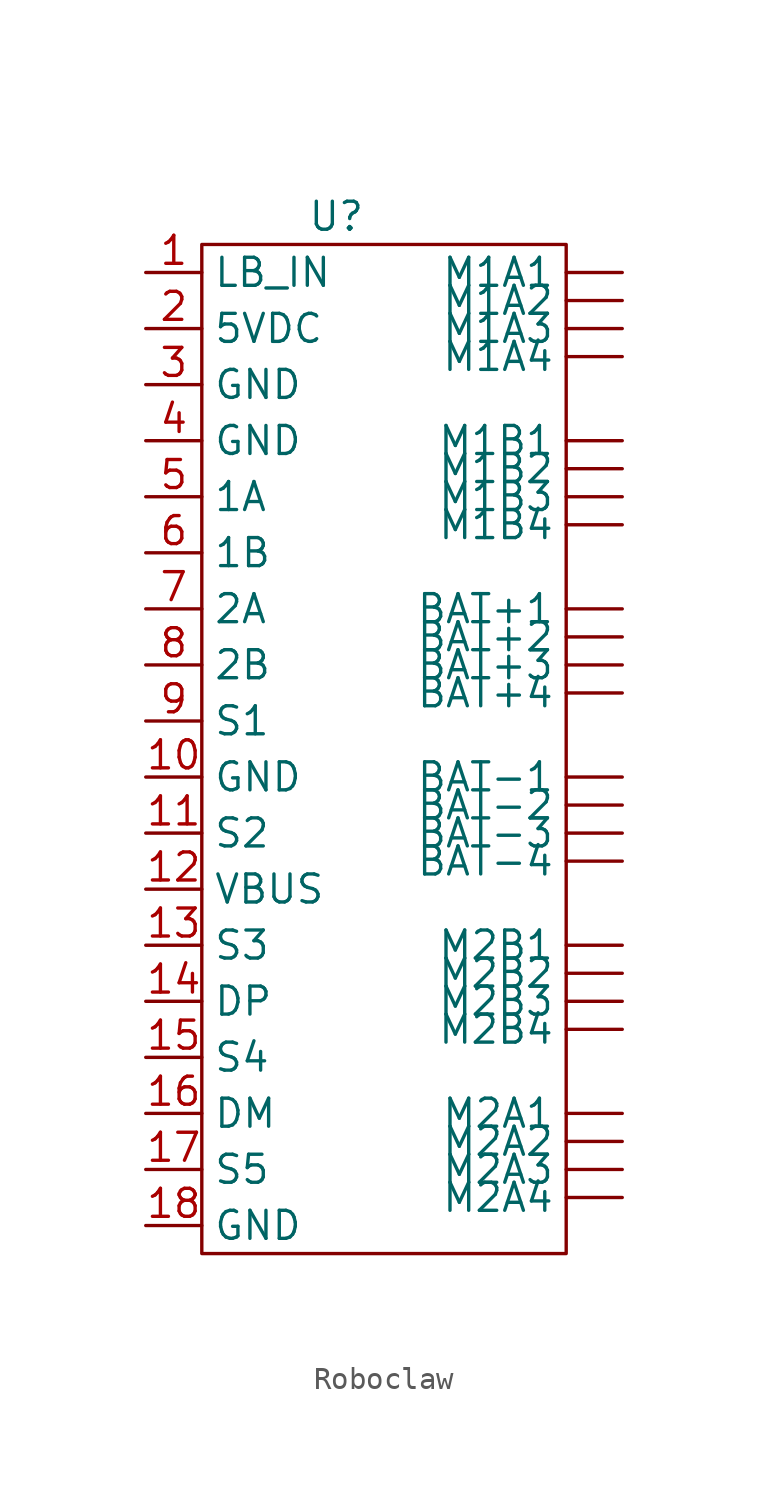
<source format=kicad_sym>
(kicad_symbol_lib
  (version 20231120)
  (generator "kicad_symbol_editor")
  (generator_version "8.0")
  (symbol "Roboclaw"
    (property "Reference" "U"
      (at -1.524 -1.27 0)
      (effects (font (size 1.27 1.27))))
    (property "Value" ""
      (at -3.81 -1.27 0)
      (effects (font (size 1.27 1.27))))
    (symbol "Roboclaw_0_1"
      (rectangle (start -7.62 -2.54) (end 8.89 -48.26) (stroke (width 0) (type default)) (fill (type none))))
    (symbol "Roboclaw_1_1"
      (pin power_in line (at 11.43 -19.05 180) (length 2.54) (name "BAT+1" (effects (font (size 1.27 1.27)))) (number "" (effects (font (size 1.27 1.27)))))
      (pin power_in line (at 11.43 -20.32 180) (length 2.54) (name "BAT+2" (effects (font (size 1.27 1.27)))) (number "" (effects (font (size 1.27 1.27)))))
      (pin power_in line (at 11.43 -21.59 180) (length 2.54) (name "BAT+3" (effects (font (size 1.27 1.27)))) (number "" (effects (font (size 1.27 1.27)))))
      (pin power_in line (at 11.43 -22.86 180) (length 2.54) (name "BAT+4" (effects (font (size 1.27 1.27)))) (number "" (effects (font (size 1.27 1.27)))))
      (pin power_in line (at 11.43 -26.67 180) (length 2.54) (name "BAT-1" (effects (font (size 1.27 1.27)))) (number "" (effects (font (size 1.27 1.27)))))
      (pin power_in line (at 11.43 -27.94 180) (length 2.54) (name "BAT-2" (effects (font (size 1.27 1.27)))) (number "" (effects (font (size 1.27 1.27)))))
      (pin power_in line (at 11.43 -29.21 180) (length 2.54) (name "BAT-3" (effects (font (size 1.27 1.27)))) (number "" (effects (font (size 1.27 1.27)))))
      (pin power_in line (at 11.43 -30.48 180) (length 2.54) (name "BAT-4" (effects (font (size 1.27 1.27)))) (number "" (effects (font (size 1.27 1.27)))))
      (pin output line (at 11.43 -3.81 180) (length 2.54) (name "M1A1" (effects (font (size 1.27 1.27)))) (number "" (effects (font (size 1.27 1.27)))))
      (pin output line (at 11.43 -5.08 180) (length 2.54) (name "M1A2" (effects (font (size 1.27 1.27)))) (number "" (effects (font (size 1.27 1.27)))))
      (pin output line (at 11.43 -6.35 180) (length 2.54) (name "M1A3" (effects (font (size 1.27 1.27)))) (number "" (effects (font (size 1.27 1.27)))))
      (pin output line (at 11.43 -7.62 180) (length 2.54) (name "M1A4" (effects (font (size 1.27 1.27)))) (number "" (effects (font (size 1.27 1.27)))))
      (pin output line (at 11.43 -11.43 180) (length 2.54) (name "M1B1" (effects (font (size 1.27 1.27)))) (number "" (effects (font (size 1.27 1.27)))))
      (pin output line (at 11.43 -12.7 180) (length 2.54) (name "M1B2" (effects (font (size 1.27 1.27)))) (number "" (effects (font (size 1.27 1.27)))))
      (pin output line (at 11.43 -13.97 180) (length 2.54) (name "M1B3" (effects (font (size 1.27 1.27)))) (number "" (effects (font (size 1.27 1.27)))))
      (pin output line (at 11.43 -15.24 180) (length 2.54) (name "M1B4" (effects (font (size 1.27 1.27)))) (number "" (effects (font (size 1.27 1.27)))))
      (pin output line (at 11.43 -41.91 180) (length 2.54) (name "M2A1" (effects (font (size 1.27 1.27)))) (number "" (effects (font (size 0 0)))))
      (pin output line (at 11.43 -43.18 180) (length 2.54) (name "M2A2" (effects (font (size 1.27 1.27)))) (number "" (effects (font (size 0 0)))))
      (pin output line (at 11.43 -44.45 180) (length 2.54) (name "M2A3" (effects (font (size 1.27 1.27)))) (number "" (effects (font (size 0 0)))))
      (pin output line (at 11.43 -45.72 180) (length 2.54) (name "M2A4" (effects (font (size 1.27 1.27)))) (number "" (effects (font (size 0 0)))))
      (pin output line (at 11.43 -34.29 180) (length 2.54) (name "M2B1" (effects (font (size 1.27 1.27)))) (number "" (effects (font (size 0 0)))))
      (pin output line (at 11.43 -35.56 180) (length 2.54) (name "M2B2" (effects (font (size 1.27 1.27)))) (number "" (effects (font (size 0 0)))))
      (pin output line (at 11.43 -36.83 180) (length 2.54) (name "M2B3" (effects (font (size 1.27 1.27)))) (number "" (effects (font (size 0 0)))))
      (pin output line (at 11.43 -38.1 180) (length 2.54) (name "M2B4" (effects (font (size 1.27 1.27)))) (number "" (effects (font (size 0 0)))))
      (pin input line (at -10.16 -3.81 0) (length 2.54) (name "LB_IN" (effects (font (size 1.27 1.27)))) (number "1" (effects (font (size 1.27 1.27)))))
      (pin input line (at -10.16 -26.67 0) (length 2.54) (name "GND" (effects (font (size 1.27 1.27)))) (number "10" (effects (font (size 1.27 1.27)))))
      (pin input line (at -10.16 -29.21 0) (length 2.54) (name "S2" (effects (font (size 1.27 1.27)))) (number "11" (effects (font (size 1.27 1.27)))))
      (pin input line (at -10.16 -31.75 0) (length 2.54) (name "VBUS" (effects (font (size 1.27 1.27)))) (number "12" (effects (font (size 1.27 1.27)))))
      (pin input line (at -10.16 -34.29 0) (length 2.54) (name "S3" (effects (font (size 1.27 1.27)))) (number "13" (effects (font (size 1.27 1.27)))))
      (pin input line (at -10.16 -36.83 0) (length 2.54) (name "DP" (effects (font (size 1.27 1.27)))) (number "14" (effects (font (size 1.27 1.27)))))
      (pin input line (at -10.16 -39.37 0) (length 2.54) (name "S4" (effects (font (size 1.27 1.27)))) (number "15" (effects (font (size 1.27 1.27)))))
      (pin input line (at -10.16 -41.91 0) (length 2.54) (name "DM" (effects (font (size 1.27 1.27)))) (number "16" (effects (font (size 1.27 1.27)))))
      (pin input line (at -10.16 -44.45 0) (length 2.54) (name "S5" (effects (font (size 1.27 1.27)))) (number "17" (effects (font (size 1.27 1.27)))))
      (pin input line (at -10.16 -46.99 0) (length 2.54) (name "GND" (effects (font (size 1.27 1.27)))) (number "18" (effects (font (size 1.27 1.27)))))
      (pin power_out line (at -10.16 -6.35 0) (length 2.54) (name "5VDC" (effects (font (size 1.27 1.27)))) (number "2" (effects (font (size 1.27 1.27)))))
      (pin power_out line (at -10.16 -8.89 0) (length 2.54) (name "GND" (effects (font (size 1.27 1.27)))) (number "3" (effects (font (size 1.27 1.27)))))
      (pin power_out line (at -10.16 -11.43 0) (length 2.54) (name "GND" (effects (font (size 1.27 1.27)))) (number "4" (effects (font (size 1.27 1.27)))))
      (pin input line (at -10.16 -13.97 0) (length 2.54) (name "1A" (effects (font (size 1.27 1.27)))) (number "5" (effects (font (size 1.27 1.27)))))
      (pin input line (at -10.16 -16.51 0) (length 2.54) (name "1B" (effects (font (size 1.27 1.27)))) (number "6" (effects (font (size 1.27 1.27)))))
      (pin input line (at -10.16 -19.05 0) (length 2.54) (name "2A" (effects (font (size 1.27 1.27)))) (number "7" (effects (font (size 1.27 1.27)))))
      (pin input line (at -10.16 -21.59 0) (length 2.54) (name "2B" (effects (font (size 1.27 1.27)))) (number "8" (effects (font (size 1.27 1.27)))))
      (pin input line (at -10.16 -24.13 0) (length 2.54) (name "S1" (effects (font (size 1.27 1.27)))) (number "9" (effects (font (size 1.27 1.27))))))))
</source>
